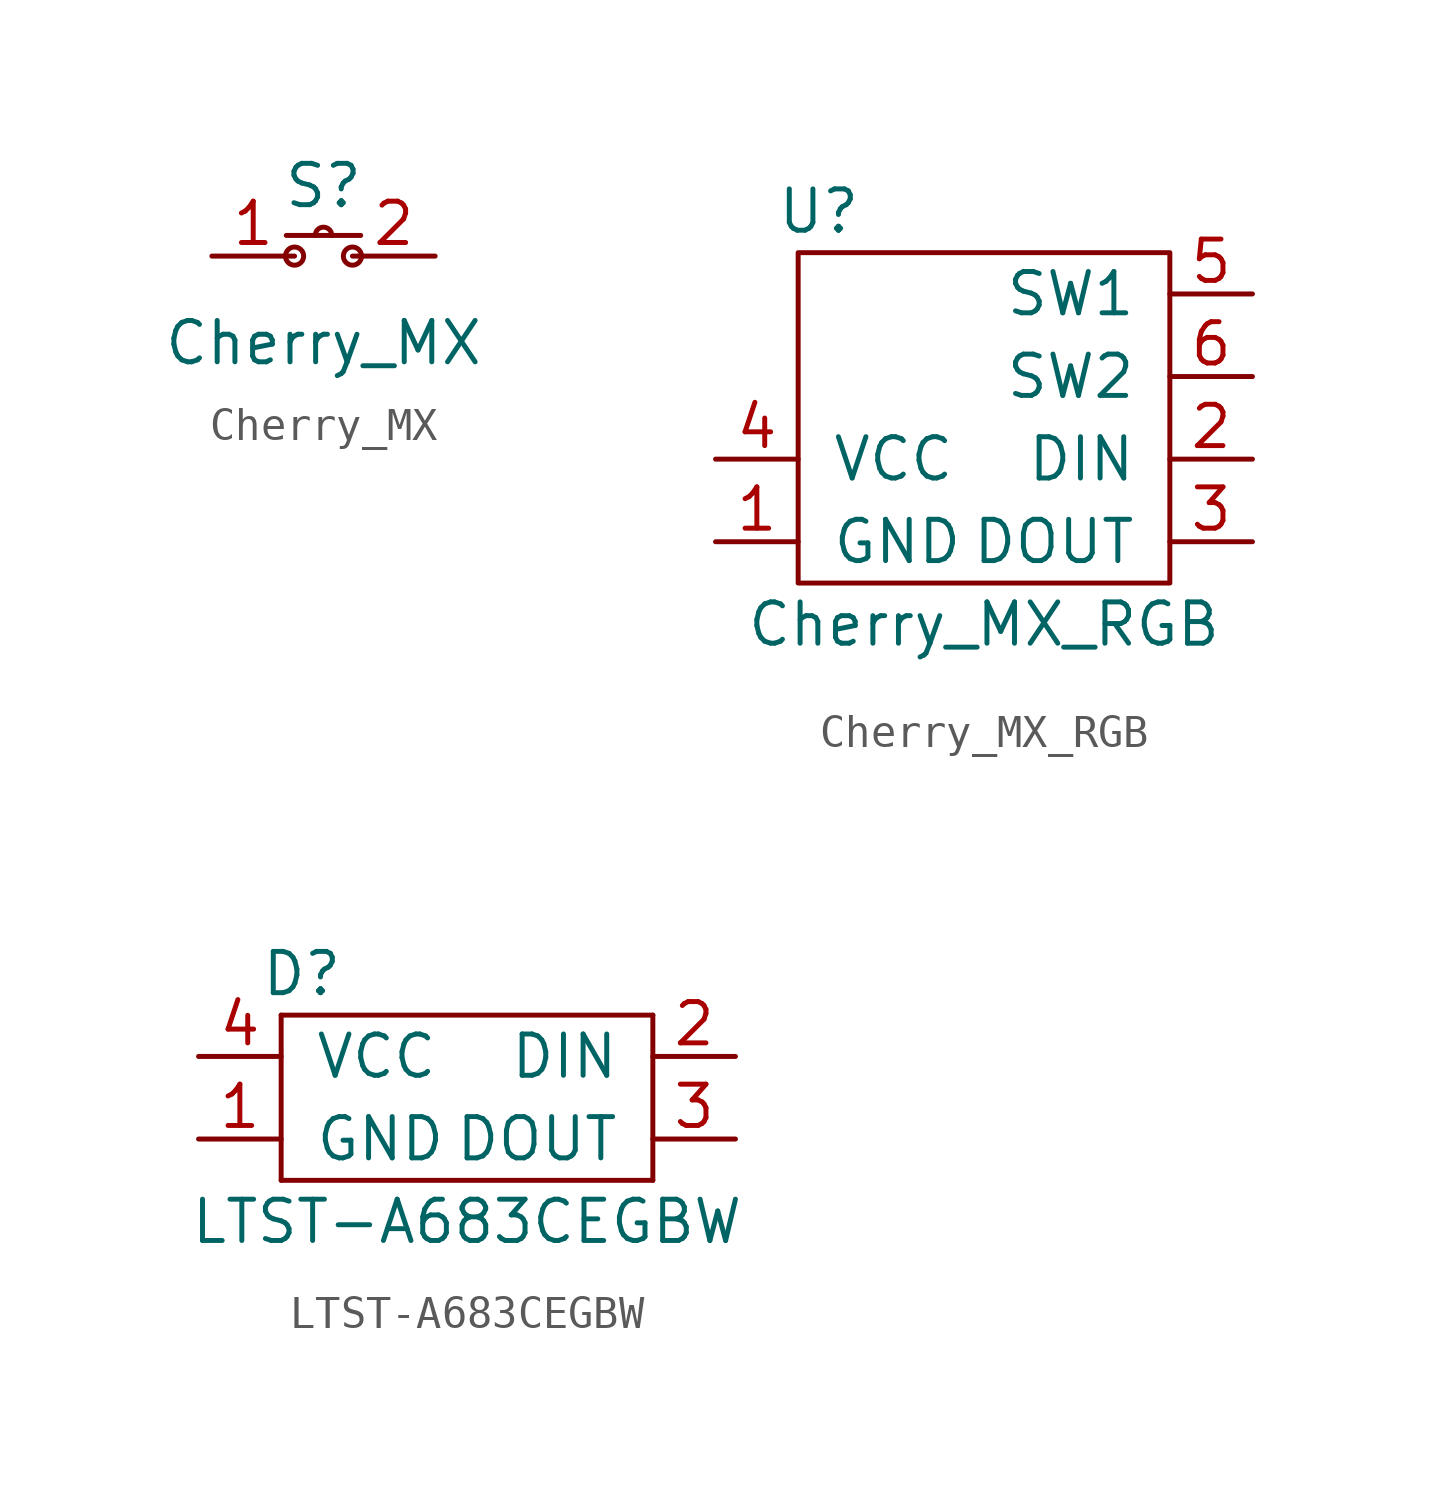
<source format=kicad_sym>
(kicad_symbol_lib
  (version 20211014)
  (generator kicad_symbol_editor)
  (symbol "Cherry_MX"
    (pin_names
      (offset 0))
    (property "Reference" "S"
      (at 0 1.524 0)
      (effects (font (size 1.27 1.27))))
    (property "Value" "Cherry_MX"
      (at 0 -3.302 0)
      (effects (font (size 1.27 1.27))))
    (symbol "Cherry_MX_0_1"
      (rectangle (start -1.143 0) (end 1.143 0) (stroke (width 0) (type default) (color 0 0 0 0)) (fill (type none)))
      (circle (center -0.889 -0.635) (radius 0.279) (stroke (width 0) (type default) (color 0 0 0 0)) (fill (type none)))
      (arc (start 0.254 0) (mid 0 0.254) (end -0.254 0) (stroke (width 0) (type default) (color 0 0 0 0)) (fill (type none)))
      (circle (center 0.889 -0.635) (radius 0.279) (stroke (width 0) (type default) (color 0 0 0 0)) (fill (type none))))
    (symbol "Cherry_MX_1_1"
      (pin input line (at -3.429 -0.635 0) (length 2.54) (name "~" (effects (font (size 1.27 1.27)))) (number "1" (effects (font (size 1.27 1.27)))))
      (pin input line (at 3.429 -0.635 180) (length 2.54) (name "~" (effects (font (size 1.27 1.27)))) (number "2" (effects (font (size 1.27 1.27)))))))
  (symbol "Cherry_MX_RGB"
    (pin_names
      (offset 1.016))
    (property "Reference" "U"
      (at -5.08 8.89 0)
      (effects (font (size 1.27 1.27))))
    (property "Value" "Cherry_MX_RGB"
      (at 0 -3.81 0)
      (effects (font (size 1.27 1.27))))
    (symbol "Cherry_MX_RGB_0_1"
      (rectangle (start 5.715 -2.54) (end -5.715 7.62) (stroke (width 0) (type default) (color 0 0 0 0)) (fill (type none))))
    (symbol "Cherry_MX_RGB_1_1"
      (pin input line (at -8.255 -1.27 0) (length 2.54) (name "GND" (effects (font (size 1.27 1.27)))) (number "1" (effects (font (size 1.27 1.27)))))
      (pin input line (at 8.255 1.27 180) (length 2.54) (name "DIN" (effects (font (size 1.27 1.27)))) (number "2" (effects (font (size 1.27 1.27)))))
      (pin input line (at 8.255 -1.27 180) (length 2.54) (name "DOUT" (effects (font (size 1.27 1.27)))) (number "3" (effects (font (size 1.27 1.27)))))
      (pin input line (at -8.255 1.27 0) (length 2.54) (name "VCC" (effects (font (size 1.27 1.27)))) (number "4" (effects (font (size 1.27 1.27)))))
      (pin input line (at 8.255 6.35 180) (length 2.54) (name "SW1" (effects (font (size 1.27 1.27)))) (number "5" (effects (font (size 1.27 1.27)))))
      (pin input line (at 8.255 3.81 180) (length 2.54) (name "SW2" (effects (font (size 1.27 1.27)))) (number "6" (effects (font (size 1.27 1.27)))))))
  (symbol "LTST-A683CEGBW"
    (pin_names
      (offset 1.016))
    (property "Reference" "D"
      (at -5.08 3.81 0)
      (effects (font (size 1.27 1.27))))
    (property "Value" "LTST-A683CEGBW"
      (at 0 -3.81 0)
      (effects (font (size 1.27 1.27))))
    (symbol "LTST-A683CEGBW_0_0"
      (rectangle (start -5.715 -2.54) (end 5.715 -2.54) (stroke (width 0) (type default) (color 0 0 0 0)) (fill (type none)))
      (rectangle (start -5.715 2.54) (end -5.715 -2.54) (stroke (width 0) (type default) (color 0 0 0 0)) (fill (type none)))
      (rectangle (start -5.715 2.54) (end 5.715 2.54) (stroke (width 0) (type default) (color 0 0 0 0)) (fill (type none)))
      (rectangle (start 5.715 2.54) (end 5.715 -2.54) (stroke (width 0) (type default) (color 0 0 0 0)) (fill (type none))))
    (symbol "LTST-A683CEGBW_1_1"
      (pin input line (at -8.255 -1.27 0) (length 2.54) (name "GND" (effects (font (size 1.27 1.27)))) (number "1" (effects (font (size 1.27 1.27)))))
      (pin input line (at 8.255 1.27 180) (length 2.54) (name "DIN" (effects (font (size 1.27 1.27)))) (number "2" (effects (font (size 1.27 1.27)))))
      (pin input line (at 8.255 -1.27 180) (length 2.54) (name "DOUT" (effects (font (size 1.27 1.27)))) (number "3" (effects (font (size 1.27 1.27)))))
      (pin input line (at -8.255 1.27 0) (length 2.54) (name "VCC" (effects (font (size 1.27 1.27)))) (number "4" (effects (font (size 1.27 1.27))))))))
</source>
